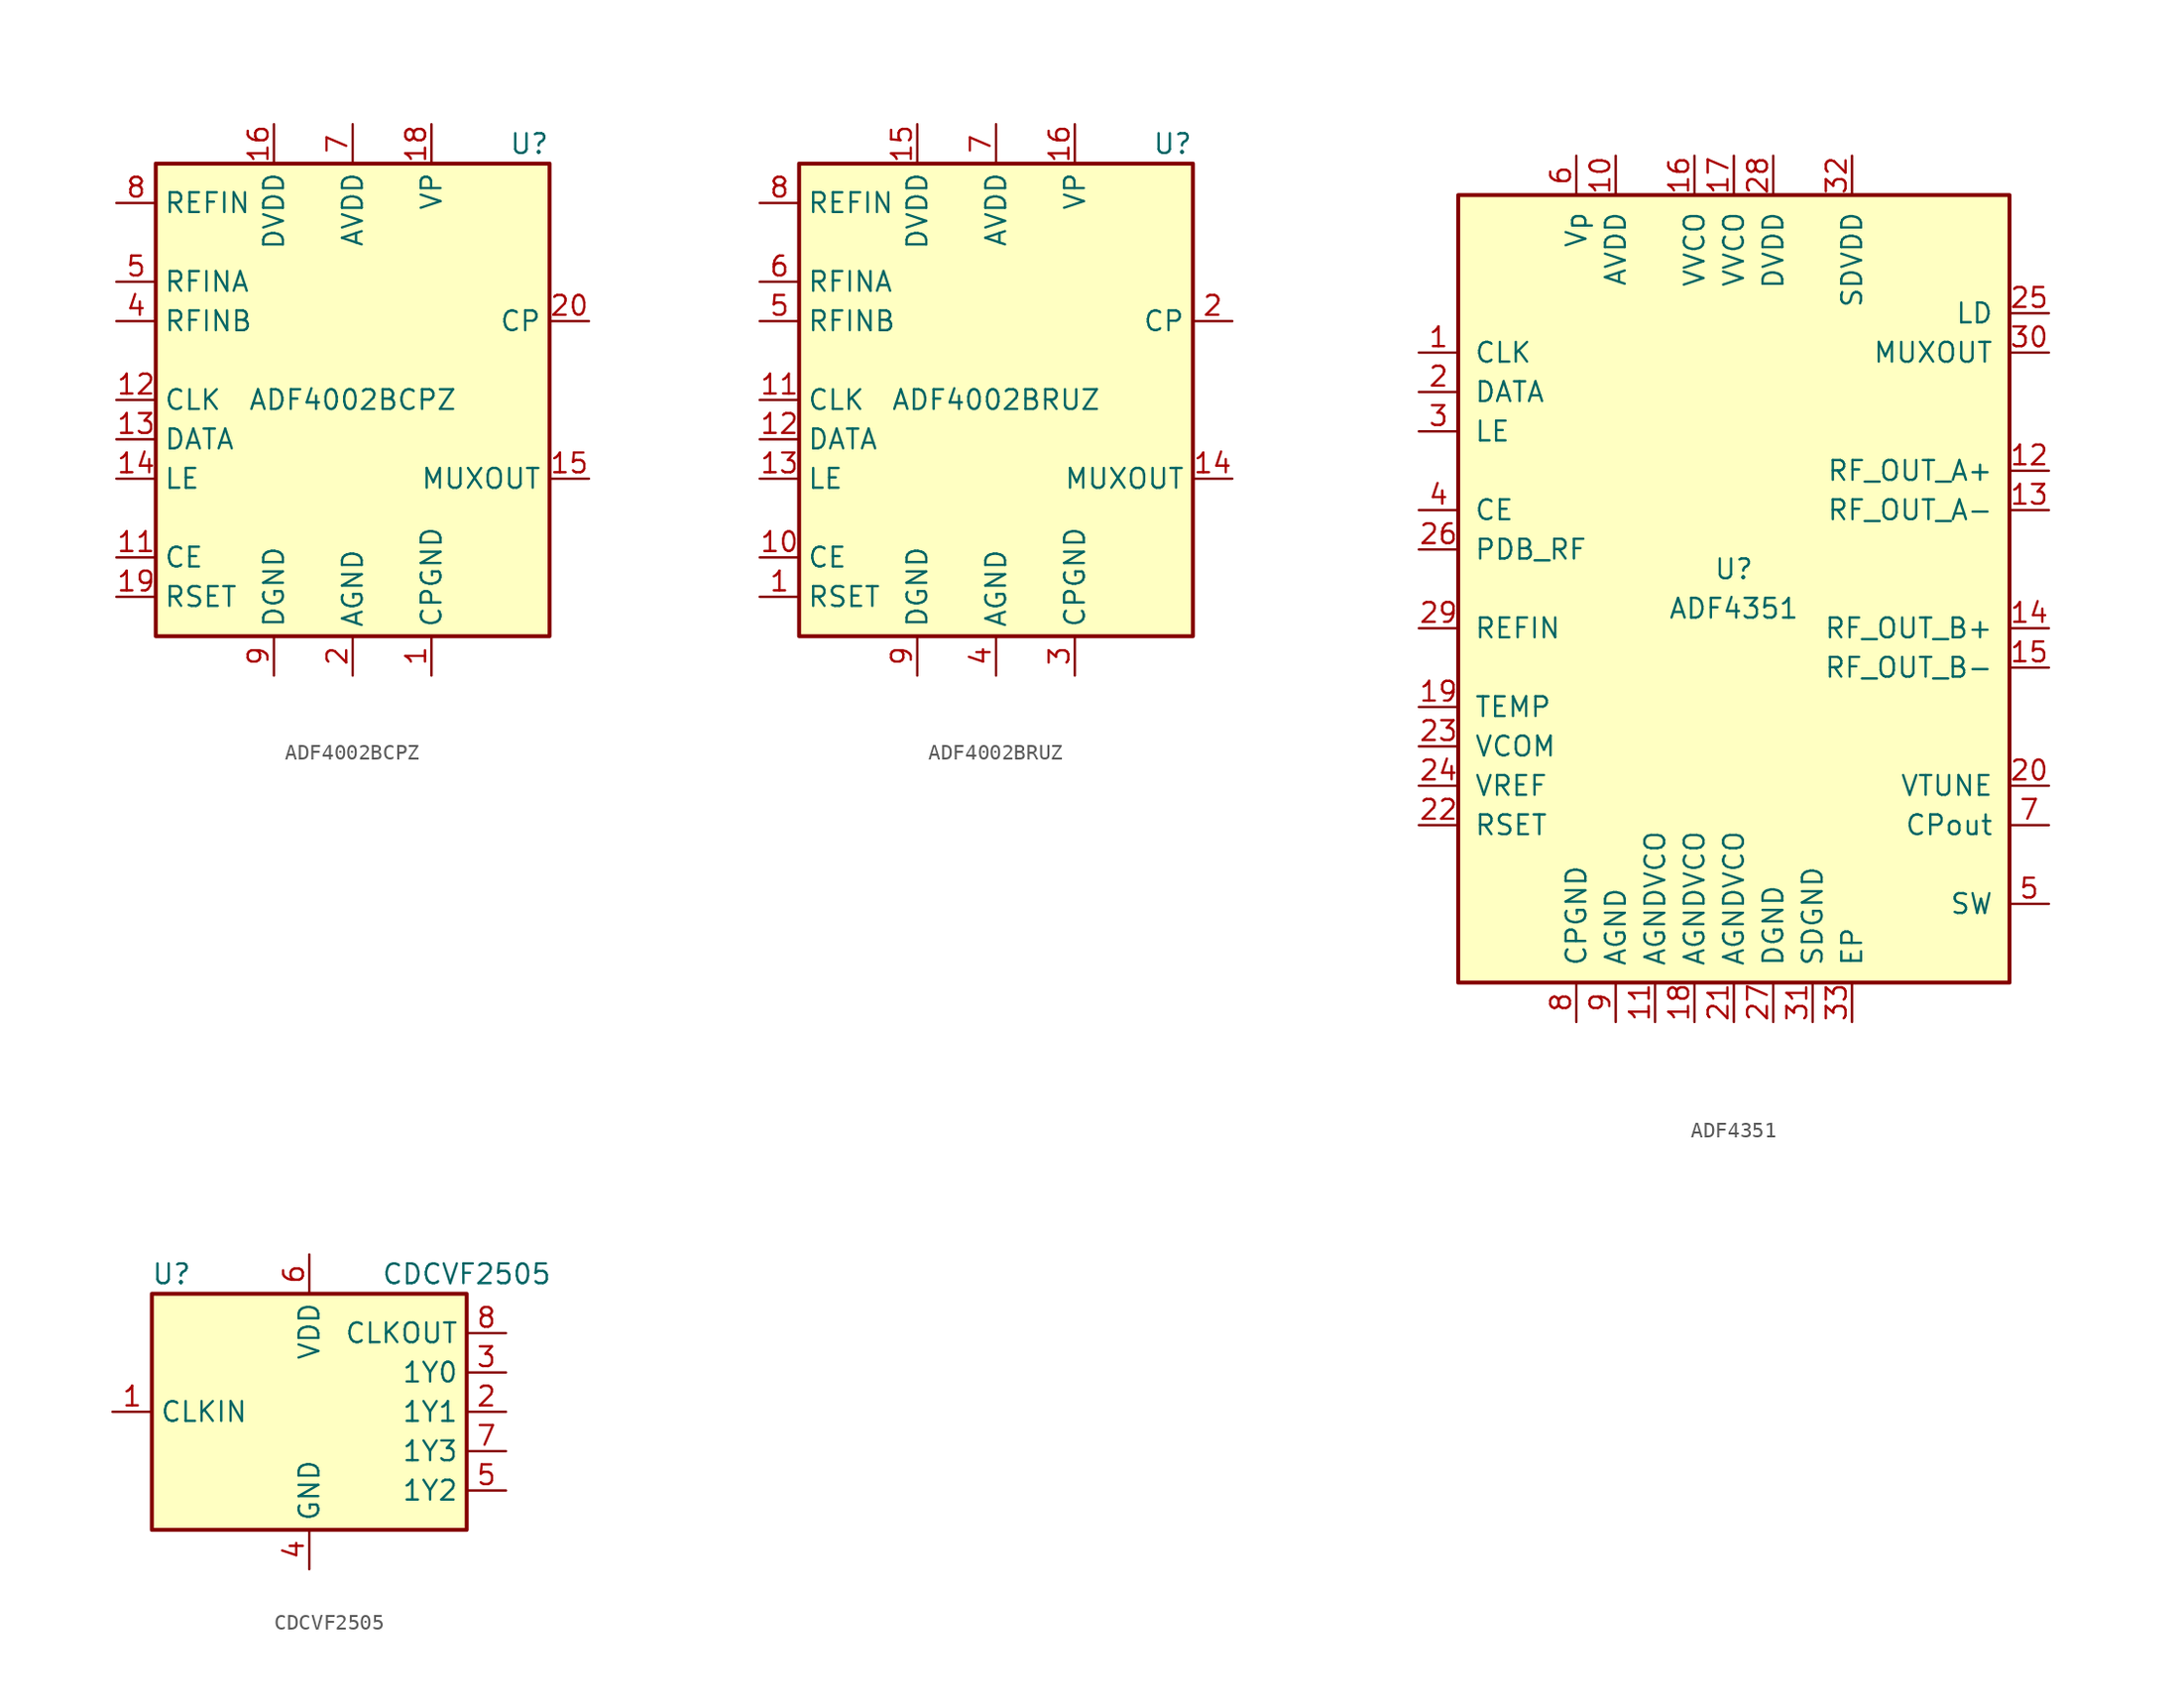
<source format=kicad_sym>
(kicad_symbol_lib
  (version 20201005)
  (generator kicad_symbol_editor)
  (symbol "ADF4002BCPZ"
    (property "Reference" "U"
      (at 12.7 16.51 0)
      (effects (font (size 1.27 1.27)) (justify right)))
    (property "Value" "ADF4002BCPZ"
      (at 0 0 0)
      (effects (font (size 1.27 1.27))))
    (symbol "ADF4002BCPZ_0_1"
      (rectangle (start -12.7 15.24) (end 12.7 -15.24) (stroke (width 0.254)) (fill (type background))))
    (symbol "ADF4002BCPZ_1_1"
      (pin power_in line (at 5.08 -17.78 90) (length 2.54) (name "CPGND" (effects (font (size 1.27 1.27)))) (number "1" (effects (font (size 1.27 1.27)))))
      (pin passive line (at -5.08 -17.78 90) (length 2.54) hide (name "DGND" (effects (font (size 1.27 1.27)))) (number "10" (effects (font (size 1.27 1.27)))))
      (pin input line (at -15.24 -10.16 0) (length 2.54) (name "CE" (effects (font (size 1.27 1.27)))) (number "11" (effects (font (size 1.27 1.27)))))
      (pin input line (at -15.24 0 0) (length 2.54) (name "CLK" (effects (font (size 1.27 1.27)))) (number "12" (effects (font (size 1.27 1.27)))))
      (pin input line (at -15.24 -2.54 0) (length 2.54) (name "DATA" (effects (font (size 1.27 1.27)))) (number "13" (effects (font (size 1.27 1.27)))))
      (pin input line (at -15.24 -5.08 0) (length 2.54) (name "LE" (effects (font (size 1.27 1.27)))) (number "14" (effects (font (size 1.27 1.27)))))
      (pin output line (at 15.24 -5.08 180) (length 2.54) (name "MUXOUT" (effects (font (size 1.27 1.27)))) (number "15" (effects (font (size 1.27 1.27)))))
      (pin power_in line (at -5.08 17.78 270) (length 2.54) (name "DVDD" (effects (font (size 1.27 1.27)))) (number "16" (effects (font (size 1.27 1.27)))))
      (pin passive line (at -5.08 17.78 270) (length 2.54) hide (name "DVDD" (effects (font (size 1.27 1.27)))) (number "17" (effects (font (size 1.27 1.27)))))
      (pin power_in line (at 5.08 17.78 270) (length 2.54) (name "VP" (effects (font (size 1.27 1.27)))) (number "18" (effects (font (size 1.27 1.27)))))
      (pin input line (at -15.24 -12.7 0) (length 2.54) (name "RSET" (effects (font (size 1.27 1.27)))) (number "19" (effects (font (size 1.27 1.27)))))
      (pin power_in line (at 0 -17.78 90) (length 2.54) (name "AGND" (effects (font (size 1.27 1.27)))) (number "2" (effects (font (size 1.27 1.27)))))
      (pin output line (at 15.24 5.08 180) (length 2.54) (name "CP" (effects (font (size 1.27 1.27)))) (number "20" (effects (font (size 1.27 1.27)))))
      (pin passive line (at 0 -17.78 90) (length 2.54) hide (name "AGND" (effects (font (size 1.27 1.27)))) (number "21" (effects (font (size 1.27 1.27)))))
      (pin passive line (at 0 -17.78 90) (length 2.54) hide (name "AGND" (effects (font (size 1.27 1.27)))) (number "3" (effects (font (size 1.27 1.27)))))
      (pin input line (at -15.24 5.08 0) (length 2.54) (name "RFINB" (effects (font (size 1.27 1.27)))) (number "4" (effects (font (size 1.27 1.27)))))
      (pin input line (at -15.24 7.62 0) (length 2.54) (name "RFINA" (effects (font (size 1.27 1.27)))) (number "5" (effects (font (size 1.27 1.27)))))
      (pin passive line (at 0 17.78 270) (length 2.54) hide (name "AVDD" (effects (font (size 1.27 1.27)))) (number "6" (effects (font (size 1.27 1.27)))))
      (pin power_in line (at 0 17.78 270) (length 2.54) (name "AVDD" (effects (font (size 1.27 1.27)))) (number "7" (effects (font (size 1.27 1.27)))))
      (pin input line (at -15.24 12.7 0) (length 2.54) (name "REFIN" (effects (font (size 1.27 1.27)))) (number "8" (effects (font (size 1.27 1.27)))))
      (pin power_in line (at -5.08 -17.78 90) (length 2.54) (name "DGND" (effects (font (size 1.27 1.27)))) (number "9" (effects (font (size 1.27 1.27)))))))
  (symbol "ADF4002BRUZ"
    (property "Reference" "U"
      (at 12.7 16.51 0)
      (effects (font (size 1.27 1.27)) (justify right)))
    (property "Value" "ADF4002BRUZ"
      (at 0 0 0)
      (effects (font (size 1.27 1.27))))
    (symbol "ADF4002BRUZ_0_1"
      (rectangle (start -12.7 15.24) (end 12.7 -15.24) (stroke (width 0.254)) (fill (type background))))
    (symbol "ADF4002BRUZ_1_1"
      (pin input line (at -15.24 -12.7 0) (length 2.54) (name "RSET" (effects (font (size 1.27 1.27)))) (number "1" (effects (font (size 1.27 1.27)))))
      (pin input line (at -15.24 -10.16 0) (length 2.54) (name "CE" (effects (font (size 1.27 1.27)))) (number "10" (effects (font (size 1.27 1.27)))))
      (pin input line (at -15.24 0 0) (length 2.54) (name "CLK" (effects (font (size 1.27 1.27)))) (number "11" (effects (font (size 1.27 1.27)))))
      (pin input line (at -15.24 -2.54 0) (length 2.54) (name "DATA" (effects (font (size 1.27 1.27)))) (number "12" (effects (font (size 1.27 1.27)))))
      (pin input line (at -15.24 -5.08 0) (length 2.54) (name "LE" (effects (font (size 1.27 1.27)))) (number "13" (effects (font (size 1.27 1.27)))))
      (pin output line (at 15.24 -5.08 180) (length 2.54) (name "MUXOUT" (effects (font (size 1.27 1.27)))) (number "14" (effects (font (size 1.27 1.27)))))
      (pin power_in line (at -5.08 17.78 270) (length 2.54) (name "DVDD" (effects (font (size 1.27 1.27)))) (number "15" (effects (font (size 1.27 1.27)))))
      (pin power_in line (at 5.08 17.78 270) (length 2.54) (name "VP" (effects (font (size 1.27 1.27)))) (number "16" (effects (font (size 1.27 1.27)))))
      (pin output line (at 15.24 5.08 180) (length 2.54) (name "CP" (effects (font (size 1.27 1.27)))) (number "2" (effects (font (size 1.27 1.27)))))
      (pin power_in line (at 5.08 -17.78 90) (length 2.54) (name "CPGND" (effects (font (size 1.27 1.27)))) (number "3" (effects (font (size 1.27 1.27)))))
      (pin power_in line (at 0 -17.78 90) (length 2.54) (name "AGND" (effects (font (size 1.27 1.27)))) (number "4" (effects (font (size 1.27 1.27)))))
      (pin input line (at -15.24 5.08 0) (length 2.54) (name "RFINB" (effects (font (size 1.27 1.27)))) (number "5" (effects (font (size 1.27 1.27)))))
      (pin input line (at -15.24 7.62 0) (length 2.54) (name "RFINA" (effects (font (size 1.27 1.27)))) (number "6" (effects (font (size 1.27 1.27)))))
      (pin power_in line (at 0 17.78 270) (length 2.54) (name "AVDD" (effects (font (size 1.27 1.27)))) (number "7" (effects (font (size 1.27 1.27)))))
      (pin input line (at -15.24 12.7 0) (length 2.54) (name "REFIN" (effects (font (size 1.27 1.27)))) (number "8" (effects (font (size 1.27 1.27)))))
      (pin power_in line (at -5.08 -17.78 90) (length 2.54) (name "DGND" (effects (font (size 1.27 1.27)))) (number "9" (effects (font (size 1.27 1.27)))))))
  (symbol "ADF4351"
    (pin_names
      (offset 1.016))
    (property "Reference" "U"
      (at 0 1.27 0)
      (effects (font (size 1.27 1.27))))
    (property "Value" "ADF4351"
      (at 0 -1.27 0)
      (effects (font (size 1.27 1.27))))
    (symbol "ADF4351_0_1"
      (rectangle (start 17.78 25.4) (end -17.78 -25.4) (stroke (width 0.254)) (fill (type background))))
    (symbol "ADF4351_1_1"
      (pin input line (at -20.32 15.24 0) (length 2.54) (name "CLK" (effects (font (size 1.27 1.27)))) (number "1" (effects (font (size 1.27 1.27)))))
      (pin power_in line (at -7.62 27.94 270) (length 2.54) (name "AVDD" (effects (font (size 1.27 1.27)))) (number "10" (effects (font (size 1.27 1.27)))))
      (pin power_in line (at -5.08 -27.94 90) (length 2.54) (name "AGNDVCO" (effects (font (size 1.27 1.27)))) (number "11" (effects (font (size 1.27 1.27)))))
      (pin output line (at 20.32 7.62 180) (length 2.54) (name "RF_OUT_A+" (effects (font (size 1.27 1.27)))) (number "12" (effects (font (size 1.27 1.27)))))
      (pin output line (at 20.32 5.08 180) (length 2.54) (name "RF_OUT_A-" (effects (font (size 1.27 1.27)))) (number "13" (effects (font (size 1.27 1.27)))))
      (pin output line (at 20.32 -2.54 180) (length 2.54) (name "RF_OUT_B+" (effects (font (size 1.27 1.27)))) (number "14" (effects (font (size 1.27 1.27)))))
      (pin output line (at 20.32 -5.08 180) (length 2.54) (name "RF_OUT_B-" (effects (font (size 1.27 1.27)))) (number "15" (effects (font (size 1.27 1.27)))))
      (pin power_in line (at -2.54 27.94 270) (length 2.54) (name "VVCO" (effects (font (size 1.27 1.27)))) (number "16" (effects (font (size 1.27 1.27)))))
      (pin power_in line (at 0 27.94 270) (length 2.54) (name "VVCO" (effects (font (size 1.27 1.27)))) (number "17" (effects (font (size 1.27 1.27)))))
      (pin power_in line (at -2.54 -27.94 90) (length 2.54) (name "AGNDVCO" (effects (font (size 1.27 1.27)))) (number "18" (effects (font (size 1.27 1.27)))))
      (pin input line (at -20.32 -7.62 0) (length 2.54) (name "TEMP" (effects (font (size 1.27 1.27)))) (number "19" (effects (font (size 1.27 1.27)))))
      (pin input line (at -20.32 12.7 0) (length 2.54) (name "DATA" (effects (font (size 1.27 1.27)))) (number "2" (effects (font (size 1.27 1.27)))))
      (pin input line (at 20.32 -12.7 180) (length 2.54) (name "VTUNE" (effects (font (size 1.27 1.27)))) (number "20" (effects (font (size 1.27 1.27)))))
      (pin power_in line (at 0 -27.94 90) (length 2.54) (name "AGNDVCO" (effects (font (size 1.27 1.27)))) (number "21" (effects (font (size 1.27 1.27)))))
      (pin input line (at -20.32 -15.24 0) (length 2.54) (name "RSET" (effects (font (size 1.27 1.27)))) (number "22" (effects (font (size 1.27 1.27)))))
      (pin input line (at -20.32 -10.16 0) (length 2.54) (name "VCOM" (effects (font (size 1.27 1.27)))) (number "23" (effects (font (size 1.27 1.27)))))
      (pin input line (at -20.32 -12.7 0) (length 2.54) (name "VREF" (effects (font (size 1.27 1.27)))) (number "24" (effects (font (size 1.27 1.27)))))
      (pin input line (at 20.32 17.78 180) (length 2.54) (name "LD" (effects (font (size 1.27 1.27)))) (number "25" (effects (font (size 1.27 1.27)))))
      (pin input line (at -20.32 2.54 0) (length 2.54) (name "PDB_RF" (effects (font (size 1.27 1.27)))) (number "26" (effects (font (size 1.27 1.27)))))
      (pin power_in line (at 2.54 -27.94 90) (length 2.54) (name "DGND" (effects (font (size 1.27 1.27)))) (number "27" (effects (font (size 1.27 1.27)))))
      (pin power_in line (at 2.54 27.94 270) (length 2.54) (name "DVDD" (effects (font (size 1.27 1.27)))) (number "28" (effects (font (size 1.27 1.27)))))
      (pin input line (at -20.32 -2.54 0) (length 2.54) (name "REFIN" (effects (font (size 1.27 1.27)))) (number "29" (effects (font (size 1.27 1.27)))))
      (pin input line (at -20.32 10.16 0) (length 2.54) (name "LE" (effects (font (size 1.27 1.27)))) (number "3" (effects (font (size 1.27 1.27)))))
      (pin output line (at 20.32 15.24 180) (length 2.54) (name "MUXOUT" (effects (font (size 1.27 1.27)))) (number "30" (effects (font (size 1.27 1.27)))))
      (pin power_in line (at 5.08 -27.94 90) (length 2.54) (name "SDGND" (effects (font (size 1.27 1.27)))) (number "31" (effects (font (size 1.27 1.27)))))
      (pin power_in line (at 7.62 27.94 270) (length 2.54) (name "SDVDD" (effects (font (size 1.27 1.27)))) (number "32" (effects (font (size 1.27 1.27)))))
      (pin power_in line (at 7.62 -27.94 90) (length 2.54) (name "EP" (effects (font (size 1.27 1.27)))) (number "33" (effects (font (size 1.27 1.27)))))
      (pin input line (at -20.32 5.08 0) (length 2.54) (name "CE" (effects (font (size 1.27 1.27)))) (number "4" (effects (font (size 1.27 1.27)))))
      (pin input line (at 20.32 -20.32 180) (length 2.54) (name "SW" (effects (font (size 1.27 1.27)))) (number "5" (effects (font (size 1.27 1.27)))))
      (pin power_in line (at -10.16 27.94 270) (length 2.54) (name "Vp" (effects (font (size 1.27 1.27)))) (number "6" (effects (font (size 1.27 1.27)))))
      (pin input line (at 20.32 -15.24 180) (length 2.54) (name "CPout" (effects (font (size 1.27 1.27)))) (number "7" (effects (font (size 1.27 1.27)))))
      (pin power_in line (at -10.16 -27.94 90) (length 2.54) (name "CPGND" (effects (font (size 1.27 1.27)))) (number "8" (effects (font (size 1.27 1.27)))))
      (pin power_in line (at -7.62 -27.94 90) (length 2.54) (name "AGND" (effects (font (size 1.27 1.27)))) (number "9" (effects (font (size 1.27 1.27)))))))
  (symbol "CDCVF2505"
    (property "Reference" "U"
      (at -8.89 8.89 0)
      (effects (font (size 1.27 1.27))))
    (property "Value" "CDCVF2505"
      (at 10.16 8.89 0)
      (effects (font (size 1.27 1.27))))
    (symbol "CDCVF2505_0_1"
      (rectangle (start -10.16 7.62) (end 10.16 -7.62) (stroke (width 0.254)) (fill (type background))))
    (symbol "CDCVF2505_1_1"
      (pin input line (at -12.7 0 0) (length 2.54) (name "CLKIN" (effects (font (size 1.27 1.27)))) (number "1" (effects (font (size 1.27 1.27)))))
      (pin tri_state line (at 12.7 0 180) (length 2.54) (name "1Y1" (effects (font (size 1.27 1.27)))) (number "2" (effects (font (size 1.27 1.27)))))
      (pin tri_state line (at 12.7 2.54 180) (length 2.54) (name "1Y0" (effects (font (size 1.27 1.27)))) (number "3" (effects (font (size 1.27 1.27)))))
      (pin power_in line (at 0 -10.16 90) (length 2.54) (name "GND" (effects (font (size 1.27 1.27)))) (number "4" (effects (font (size 1.27 1.27)))))
      (pin tri_state line (at 12.7 -5.08 180) (length 2.54) (name "1Y2" (effects (font (size 1.27 1.27)))) (number "5" (effects (font (size 1.27 1.27)))))
      (pin power_in line (at 0 10.16 270) (length 2.54) (name "VDD" (effects (font (size 1.27 1.27)))) (number "6" (effects (font (size 1.27 1.27)))))
      (pin tri_state line (at 12.7 -2.54 180) (length 2.54) (name "1Y3" (effects (font (size 1.27 1.27)))) (number "7" (effects (font (size 1.27 1.27)))))
      (pin tri_state line (at 12.7 5.08 180) (length 2.54) (name "CLKOUT" (effects (font (size 1.27 1.27)))) (number "8" (effects (font (size 1.27 1.27))))))))
</source>
